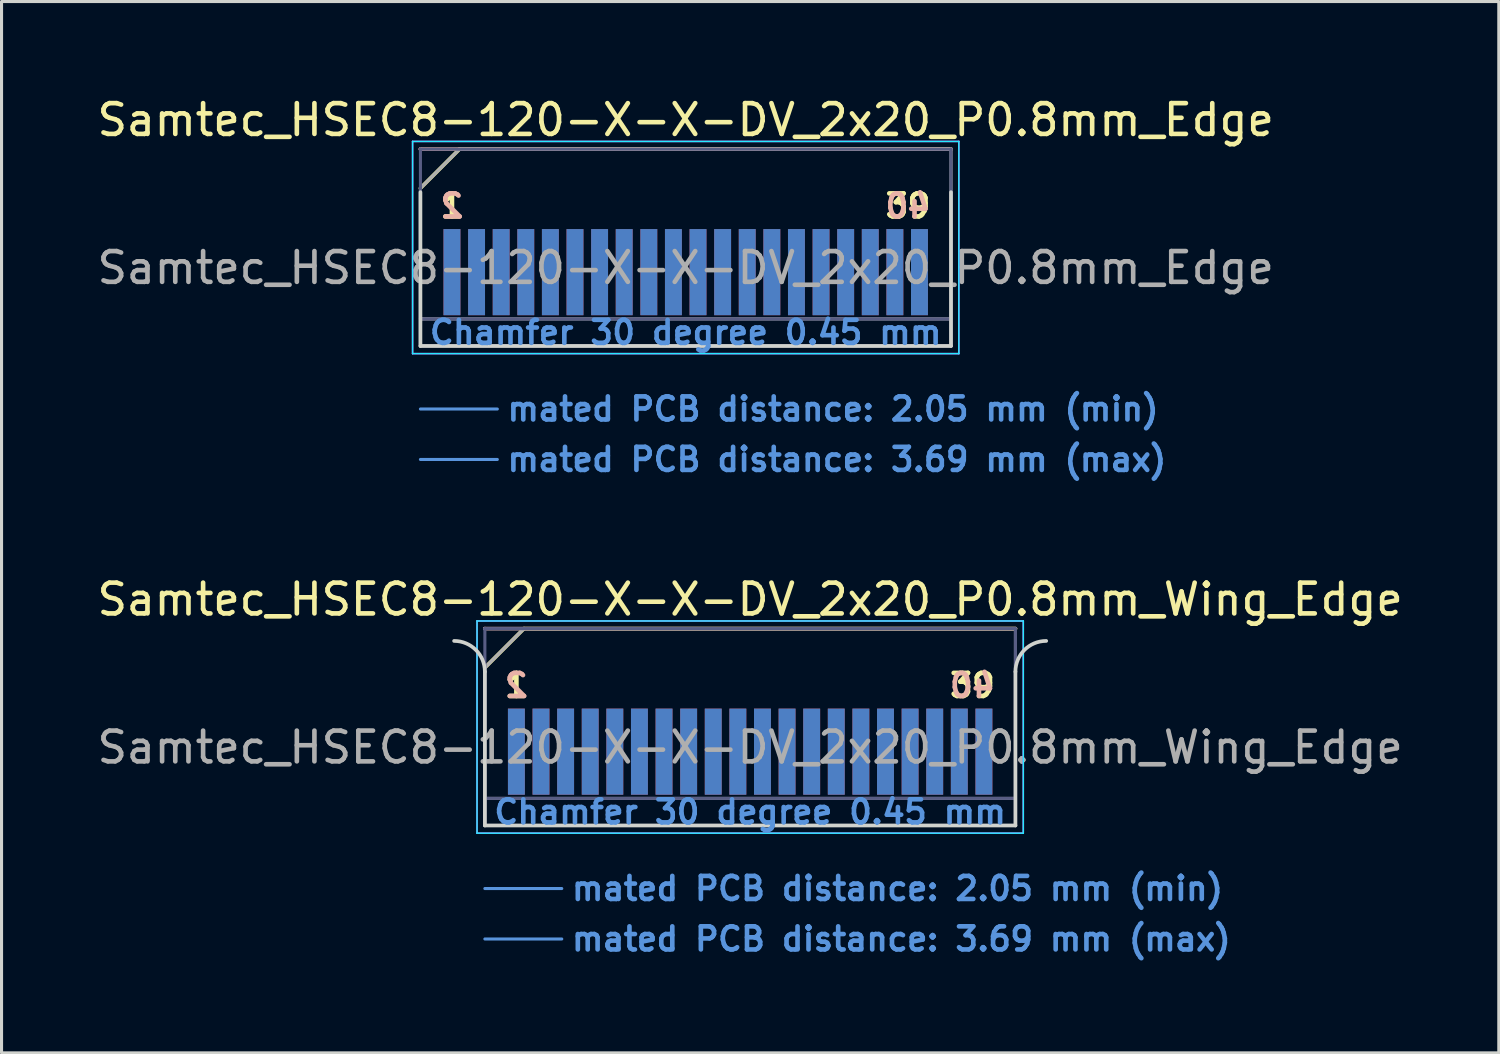
<source format=kicad_pcb>
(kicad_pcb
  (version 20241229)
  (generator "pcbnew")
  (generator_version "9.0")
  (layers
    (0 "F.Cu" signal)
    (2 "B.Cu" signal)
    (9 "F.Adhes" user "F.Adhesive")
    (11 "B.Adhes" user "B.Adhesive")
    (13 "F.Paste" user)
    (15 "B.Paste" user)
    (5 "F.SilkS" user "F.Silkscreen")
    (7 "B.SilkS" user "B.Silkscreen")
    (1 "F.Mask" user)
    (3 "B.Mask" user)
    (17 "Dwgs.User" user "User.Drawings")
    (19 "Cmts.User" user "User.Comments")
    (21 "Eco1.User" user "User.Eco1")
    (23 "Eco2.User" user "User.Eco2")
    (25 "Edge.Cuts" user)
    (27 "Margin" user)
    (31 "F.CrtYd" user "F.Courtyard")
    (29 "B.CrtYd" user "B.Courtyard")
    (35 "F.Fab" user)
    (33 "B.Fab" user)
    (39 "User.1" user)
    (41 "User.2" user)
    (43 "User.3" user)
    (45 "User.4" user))
  (footprint "Samtec_HSEC8-120-X-X-DV_2x20_P0.8mm_Wing_Edge"
    (layer "F.Cu")
    (at 21.339 23.788)
    (property "Reference" "Samtec_HSEC8-120-X-X-DV_2x20_P0.8mm_Wing_Edge" (at 0 -7.35 0) (layer "F.SilkS") (effects (font (size 1 1) (thickness 0.15))))
    (attr exclude_from_pos_files exclude_from_bom)
    (fp_line (start -8.625 -5.13) (end -7.355 -6.4) (stroke (width 0.12) (type solid)) (layer "F.SilkS"))
    (fp_line (start -7.355 -6.4) (end 8.625 -6.4) (stroke (width 0.12) (type solid)) (layer "F.SilkS"))
    (fp_line (start -8.625 -6.4) (end -8.625 -6.4) (stroke (width 0.12) (type solid)) (layer "B.SilkS"))
    (fp_line (start -8.625 -6.4) (end 8.625 -6.4) (stroke (width 0.12) (type solid)) (layer "B.SilkS"))
    (fp_line (start -8.625 2.05) (end -6.125 2.05) (stroke (width 0.1) (type solid)) (layer "Cmts.User"))
    (fp_line (start -8.625 3.69) (end -6.125 3.69) (stroke (width 0.1) (type solid)) (layer "Cmts.User"))
    (fp_line (start -8.625 -5) (end -8.625 0) (stroke (width 0.12) (type solid)) (layer "Edge.Cuts"))
    (fp_line (start -8.625 0) (end 8.625 0) (stroke (width 0.12) (type solid)) (layer "Edge.Cuts"))
    (fp_line (start 8.625 0) (end 8.625 -5) (stroke (width 0.12) (type solid)) (layer "Edge.Cuts"))
    (fp_arc (start -9.625 -6) (mid -8.917893 -5.707107) (end -8.625 -5) (stroke (width 0.12) (type solid)) (layer "Edge.Cuts"))
    (fp_arc (start 8.625 -5) (mid 8.917893 -5.707107) (end 9.625 -6) (stroke (width 0.12) (type solid)) (layer "Edge.Cuts"))
    (fp_line (start -8.88 -6.65) (end -8.88 0.25) (stroke (width 0.05) (type solid)) (layer "B.CrtYd"))
    (fp_line (start -8.88 0.25) (end 8.88 0.25) (stroke (width 0.05) (type solid)) (layer "B.CrtYd"))
    (fp_line (start 8.88 -6.65) (end -8.88 -6.65) (stroke (width 0.05) (type solid)) (layer "B.CrtYd"))
    (fp_line (start 8.88 0.25) (end 8.88 -6.65) (stroke (width 0.05) (type solid)) (layer "B.CrtYd"))
    (fp_line (start -8.88 -6.65) (end -8.88 0.25) (stroke (width 0.05) (type solid)) (layer "F.CrtYd"))
    (fp_line (start -8.88 0.25) (end 8.88 0.25) (stroke (width 0.05) (type solid)) (layer "F.CrtYd"))
    (fp_line (start 8.88 -6.65) (end -8.88 -6.65) (stroke (width 0.05) (type solid)) (layer "F.CrtYd"))
    (fp_line (start 8.88 0.25) (end 8.88 -6.65) (stroke (width 0.05) (type solid)) (layer "F.CrtYd"))
    (fp_line (start -8.625 -6.4) (end -8.625 -6.4) (stroke (width 0.1) (type solid)) (layer "B.Fab"))
    (fp_line (start -8.625 -6.4) (end -8.625 0) (stroke (width 0.1) (type solid)) (layer "B.Fab"))
    (fp_line (start -8.625 -6.4) (end 8.625 -6.4) (stroke (width 0.1) (type solid)) (layer "B.Fab"))
    (fp_line (start -8.625 -0.88) (end 8.625 -0.88) (stroke (width 0.1) (type solid)) (layer "B.Fab"))
    (fp_line (start -8.625 0) (end 8.625 0) (stroke (width 0.1) (type solid)) (layer "B.Fab"))
    (fp_line (start 8.625 -6.4) (end 8.625 0) (stroke (width 0.1) (type solid)) (layer "B.Fab"))
    (fp_line (start -8.625 -5.13) (end -8.625 0) (stroke (width 0.1) (type solid)) (layer "F.Fab"))
    (fp_line (start -8.625 -5.13) (end -7.355 -6.4) (stroke (width 0.1) (type solid)) (layer "F.Fab"))
    (fp_line (start -8.625 -0.88) (end 8.625 -0.88) (stroke (width 0.1) (type solid)) (layer "F.Fab"))
    (fp_line (start -8.625 0) (end 8.625 0) (stroke (width 0.1) (type solid)) (layer "F.Fab"))
    (fp_line (start -7.355 -6.4) (end 8.625 -6.4) (stroke (width 0.1) (type solid)) (layer "F.Fab"))
    (fp_line (start 8.625 -6.4) (end 8.625 0) (stroke (width 0.1) (type solid)) (layer "F.Fab"))
    (fp_text user "1" (at -7.6 -4.55 0) (layer "F.SilkS") (effects (font (size 0.75 0.75) (thickness 0.15))))
    (fp_text user "39" (at 7.225 -4.55 0) (layer "F.SilkS") (effects (font (size 0.75 0.75) (thickness 0.15))))
    (fp_text user "2" (at -7.6 -4.55 0) (layer "B.SilkS") (effects (font (size 0.75 0.75) (thickness 0.15)) (justify mirror)))
    (fp_text user "40" (at 7.225 -4.55 0) (layer "B.SilkS") (effects (font (size 0.75 0.75) (thickness 0.15)) (justify mirror)))
    (fp_text user "Chamfer 30 degree 0.45 mm" (at 0 -0.44 0) (layer "Cmts.User") (effects (font (size 0.75 0.75) (thickness 0.15))))
    (fp_text user "mated PCB distance: 2.05 mm (min)" (at -5.88 2.05 0) (layer "Cmts.User") (effects (font (size 0.75 0.75) (thickness 0.15)) (justify left)))
    (fp_text user "mated PCB distance: 3.69 mm (max)" (at -5.88 3.69 0) (layer "Cmts.User") (effects (font (size 0.75 0.75) (thickness 0.15)) (justify left)))
    (fp_text user "${REFERENCE}" (at 0 -2.54 0) (layer "F.Fab") (effects (font (size 1 1) (thickness 0.15))))
    (pad "1" connect rect (at -7.6 -2.4) (size 0.55 2.8) (layers "F.Cu" "F.Mask"))
    (pad "2" connect rect (at -7.6 -2.4) (size 0.55 2.8) (layers "B.Cu" "B.Mask"))
    (pad "3" connect rect (at -6.8 -2.4) (size 0.55 2.8) (layers "F.Cu" "F.Mask"))
    (pad "4" connect rect (at -6.8 -2.4) (size 0.55 2.8) (layers "B.Cu" "B.Mask"))
    (pad "5" connect rect (at -6 -2.4) (size 0.55 2.8) (layers "F.Cu" "F.Mask"))
    (pad "6" connect rect (at -6 -2.4) (size 0.55 2.8) (layers "B.Cu" "B.Mask"))
    (pad "7" connect rect (at -5.2 -2.4) (size 0.55 2.8) (layers "F.Cu" "F.Mask"))
    (pad "8" connect rect (at -5.2 -2.4) (size 0.55 2.8) (layers "B.Cu" "B.Mask"))
    (pad "9" connect rect (at -4.4 -2.4) (size 0.55 2.8) (layers "F.Cu" "F.Mask"))
    (pad "10" connect rect (at -4.4 -2.4) (size 0.55 2.8) (layers "B.Cu" "B.Mask"))
    (pad "11" connect rect (at -3.6 -2.4) (size 0.55 2.8) (layers "F.Cu" "F.Mask"))
    (pad "12" connect rect (at -3.6 -2.4) (size 0.55 2.8) (layers "B.Cu" "B.Mask"))
    (pad "13" connect rect (at -2.8 -2.4) (size 0.55 2.8) (layers "F.Cu" "F.Mask"))
    (pad "14" connect rect (at -2.8 -2.4) (size 0.55 2.8) (layers "B.Cu" "B.Mask"))
    (pad "15" connect rect (at -2 -2.4) (size 0.55 2.8) (layers "F.Cu" "F.Mask"))
    (pad "16" connect rect (at -2 -2.4) (size 0.55 2.8) (layers "B.Cu" "B.Mask"))
    (pad "17" connect rect (at -1.2 -2.4) (size 0.55 2.8) (layers "F.Cu" "F.Mask"))
    (pad "18" connect rect (at -1.2 -2.4) (size 0.55 2.8) (layers "B.Cu" "B.Mask"))
    (pad "19" connect rect (at -0.4 -2.4) (size 0.55 2.8) (layers "F.Cu" "F.Mask"))
    (pad "20" connect rect (at -0.4 -2.4) (size 0.55 2.8) (layers "B.Cu" "B.Mask"))
    (pad "21" connect rect (at 0.4 -2.4) (size 0.55 2.8) (layers "F.Cu" "F.Mask"))
    (pad "22" connect rect (at 0.4 -2.4) (size 0.55 2.8) (layers "B.Cu" "B.Mask"))
    (pad "23" connect rect (at 1.2 -2.4) (size 0.55 2.8) (layers "F.Cu" "F.Mask"))
    (pad "24" connect rect (at 1.2 -2.4) (size 0.55 2.8) (layers "B.Cu" "B.Mask"))
    (pad "25" connect rect (at 2 -2.4) (size 0.55 2.8) (layers "F.Cu" "F.Mask"))
    (pad "26" connect rect (at 2 -2.4) (size 0.55 2.8) (layers "B.Cu" "B.Mask"))
    (pad "27" connect rect (at 2.8 -2.4) (size 0.55 2.8) (layers "F.Cu" "F.Mask"))
    (pad "28" connect rect (at 2.8 -2.4) (size 0.55 2.8) (layers "B.Cu" "B.Mask"))
    (pad "29" connect rect (at 3.6 -2.4) (size 0.55 2.8) (layers "F.Cu" "F.Mask"))
    (pad "30" connect rect (at 3.6 -2.4) (size 0.55 2.8) (layers "B.Cu" "B.Mask"))
    (pad "31" connect rect (at 4.4 -2.4) (size 0.55 2.8) (layers "F.Cu" "F.Mask"))
    (pad "32" connect rect (at 4.4 -2.4) (size 0.55 2.8) (layers "B.Cu" "B.Mask"))
    (pad "33" connect rect (at 5.2 -2.4) (size 0.55 2.8) (layers "F.Cu" "F.Mask"))
    (pad "34" connect rect (at 5.2 -2.4) (size 0.55 2.8) (layers "B.Cu" "B.Mask"))
    (pad "35" connect rect (at 6 -2.4) (size 0.55 2.8) (layers "F.Cu" "F.Mask"))
    (pad "36" connect rect (at 6 -2.4) (size 0.55 2.8) (layers "B.Cu" "B.Mask"))
    (pad "37" connect rect (at 6.8 -2.4) (size 0.55 2.8) (layers "F.Cu" "F.Mask"))
    (pad "38" connect rect (at 6.8 -2.4) (size 0.55 2.8) (layers "B.Cu" "B.Mask"))
    (pad "39" connect rect (at 7.6 -2.4) (size 0.55 2.8) (layers "F.Cu" "F.Mask"))
    (pad "40" connect rect (at 7.6 -2.4) (size 0.55 2.8) (layers "B.Cu" "B.Mask")))
  (footprint "Samtec_HSEC8-120-X-X-DV_2x20_P0.8mm_Edge"
    (layer "F.Cu")
    (at 19.244 8.198)
    (property "Reference" "Samtec_HSEC8-120-X-X-DV_2x20_P0.8mm_Edge" (at 0 -7.35 0) (layer "F.SilkS") (effects (font (size 1 1) (thickness 0.15))))
    (attr exclude_from_pos_files exclude_from_bom)
    (fp_line (start -8.625 -5.13) (end -7.355 -6.4) (stroke (width 0.12) (type solid)) (layer "F.SilkS"))
    (fp_line (start -7.355 -6.4) (end 8.625 -6.4) (stroke (width 0.12) (type solid)) (layer "F.SilkS"))
    (fp_line (start -8.625 -6.4) (end -8.625 -6.4) (stroke (width 0.12) (type solid)) (layer "B.SilkS"))
    (fp_line (start -8.625 -6.4) (end 8.625 -6.4) (stroke (width 0.12) (type solid)) (layer "B.SilkS"))
    (fp_line (start -8.625 2.05) (end -6.125 2.05) (stroke (width 0.1) (type solid)) (layer "Cmts.User"))
    (fp_line (start -8.625 3.69) (end -6.125 3.69) (stroke (width 0.1) (type solid)) (layer "Cmts.User"))
    (fp_line (start -8.625 -5) (end -8.625 0) (stroke (width 0.12) (type solid)) (layer "Edge.Cuts"))
    (fp_line (start -8.625 0) (end 8.625 0) (stroke (width 0.12) (type solid)) (layer "Edge.Cuts"))
    (fp_line (start 8.625 0) (end 8.625 -5) (stroke (width 0.12) (type solid)) (layer "Edge.Cuts"))
    (fp_line (start -8.88 -6.65) (end -8.88 0.25) (stroke (width 0.05) (type solid)) (layer "B.CrtYd"))
    (fp_line (start -8.88 0.25) (end 8.88 0.25) (stroke (width 0.05) (type solid)) (layer "B.CrtYd"))
    (fp_line (start 8.88 -6.65) (end -8.88 -6.65) (stroke (width 0.05) (type solid)) (layer "B.CrtYd"))
    (fp_line (start 8.88 0.25) (end 8.88 -6.65) (stroke (width 0.05) (type solid)) (layer "B.CrtYd"))
    (fp_line (start -8.88 -6.65) (end -8.88 0.25) (stroke (width 0.05) (type solid)) (layer "F.CrtYd"))
    (fp_line (start -8.88 0.25) (end 8.88 0.25) (stroke (width 0.05) (type solid)) (layer "F.CrtYd"))
    (fp_line (start 8.88 -6.65) (end -8.88 -6.65) (stroke (width 0.05) (type solid)) (layer "F.CrtYd"))
    (fp_line (start 8.88 0.25) (end 8.88 -6.65) (stroke (width 0.05) (type solid)) (layer "F.CrtYd"))
    (fp_line (start -8.625 -6.4) (end -8.625 -6.4) (stroke (width 0.1) (type solid)) (layer "B.Fab"))
    (fp_line (start -8.625 -6.4) (end -8.625 0) (stroke (width 0.1) (type solid)) (layer "B.Fab"))
    (fp_line (start -8.625 -6.4) (end 8.625 -6.4) (stroke (width 0.1) (type solid)) (layer "B.Fab"))
    (fp_line (start -8.625 -0.88) (end 8.625 -0.88) (stroke (width 0.1) (type solid)) (layer "B.Fab"))
    (fp_line (start -8.625 0) (end 8.625 0) (stroke (width 0.1) (type solid)) (layer "B.Fab"))
    (fp_line (start 8.625 -6.4) (end 8.625 0) (stroke (width 0.1) (type solid)) (layer "B.Fab"))
    (fp_line (start -8.625 -5.13) (end -8.625 0) (stroke (width 0.1) (type solid)) (layer "F.Fab"))
    (fp_line (start -8.625 -5.13) (end -7.355 -6.4) (stroke (width 0.1) (type solid)) (layer "F.Fab"))
    (fp_line (start -8.625 -0.88) (end 8.625 -0.88) (stroke (width 0.1) (type solid)) (layer "F.Fab"))
    (fp_line (start -8.625 0) (end 8.625 0) (stroke (width 0.1) (type solid)) (layer "F.Fab"))
    (fp_line (start -7.355 -6.4) (end 8.625 -6.4) (stroke (width 0.1) (type solid)) (layer "F.Fab"))
    (fp_line (start 8.625 -6.4) (end 8.625 0) (stroke (width 0.1) (type solid)) (layer "F.Fab"))
    (fp_text user "1" (at -7.6 -4.55 0) (layer "F.SilkS") (effects (font (size 0.75 0.75) (thickness 0.15))))
    (fp_text user "39" (at 7.225 -4.55 0) (layer "F.SilkS") (effects (font (size 0.75 0.75) (thickness 0.15))))
    (fp_text user "2" (at -7.6 -4.55 0) (layer "B.SilkS") (effects (font (size 0.75 0.75) (thickness 0.15)) (justify mirror)))
    (fp_text user "40" (at 7.225 -4.55 0) (layer "B.SilkS") (effects (font (size 0.75 0.75) (thickness 0.15)) (justify mirror)))
    (fp_text user "mated PCB distance: 3.69 mm (max)" (at -5.88 3.69 0) (layer "Cmts.User") (effects (font (size 0.75 0.75) (thickness 0.15)) (justify left)))
    (fp_text user "Chamfer 30 degree 0.45 mm" (at 0 -0.44 0) (layer "Cmts.User") (effects (font (size 0.75 0.75) (thickness 0.15))))
    (fp_text user "mated PCB distance: 2.05 mm (min)" (at -5.88 2.05 0) (layer "Cmts.User") (effects (font (size 0.75 0.75) (thickness 0.15)) (justify left)))
    (fp_text user "${REFERENCE}" (at 0 -2.54 0) (layer "F.Fab") (effects (font (size 1 1) (thickness 0.15))))
    (pad "1" connect rect (at -7.6 -2.4) (size 0.55 2.8) (layers "F.Cu" "F.Mask"))
    (pad "2" connect rect (at -7.6 -2.4) (size 0.55 2.8) (layers "B.Cu" "B.Mask"))
    (pad "3" connect rect (at -6.8 -2.4) (size 0.55 2.8) (layers "F.Cu" "F.Mask"))
    (pad "4" connect rect (at -6.8 -2.4) (size 0.55 2.8) (layers "B.Cu" "B.Mask"))
    (pad "5" connect rect (at -6 -2.4) (size 0.55 2.8) (layers "F.Cu" "F.Mask"))
    (pad "6" connect rect (at -6 -2.4) (size 0.55 2.8) (layers "B.Cu" "B.Mask"))
    (pad "7" connect rect (at -5.2 -2.4) (size 0.55 2.8) (layers "F.Cu" "F.Mask"))
    (pad "8" connect rect (at -5.2 -2.4) (size 0.55 2.8) (layers "B.Cu" "B.Mask"))
    (pad "9" connect rect (at -4.4 -2.4) (size 0.55 2.8) (layers "F.Cu" "F.Mask"))
    (pad "10" connect rect (at -4.4 -2.4) (size 0.55 2.8) (layers "B.Cu" "B.Mask"))
    (pad "11" connect rect (at -3.6 -2.4) (size 0.55 2.8) (layers "F.Cu" "F.Mask"))
    (pad "12" connect rect (at -3.6 -2.4) (size 0.55 2.8) (layers "B.Cu" "B.Mask"))
    (pad "13" connect rect (at -2.8 -2.4) (size 0.55 2.8) (layers "F.Cu" "F.Mask"))
    (pad "14" connect rect (at -2.8 -2.4) (size 0.55 2.8) (layers "B.Cu" "B.Mask"))
    (pad "15" connect rect (at -2 -2.4) (size 0.55 2.8) (layers "F.Cu" "F.Mask"))
    (pad "16" connect rect (at -2 -2.4) (size 0.55 2.8) (layers "B.Cu" "B.Mask"))
    (pad "17" connect rect (at -1.2 -2.4) (size 0.55 2.8) (layers "F.Cu" "F.Mask"))
    (pad "18" connect rect (at -1.2 -2.4) (size 0.55 2.8) (layers "B.Cu" "B.Mask"))
    (pad "19" connect rect (at -0.4 -2.4) (size 0.55 2.8) (layers "F.Cu" "F.Mask"))
    (pad "20" connect rect (at -0.4 -2.4) (size 0.55 2.8) (layers "B.Cu" "B.Mask"))
    (pad "21" connect rect (at 0.4 -2.4) (size 0.55 2.8) (layers "F.Cu" "F.Mask"))
    (pad "22" connect rect (at 0.4 -2.4) (size 0.55 2.8) (layers "B.Cu" "B.Mask"))
    (pad "23" connect rect (at 1.2 -2.4) (size 0.55 2.8) (layers "F.Cu" "F.Mask"))
    (pad "24" connect rect (at 1.2 -2.4) (size 0.55 2.8) (layers "B.Cu" "B.Mask"))
    (pad "25" connect rect (at 2 -2.4) (size 0.55 2.8) (layers "F.Cu" "F.Mask"))
    (pad "26" connect rect (at 2 -2.4) (size 0.55 2.8) (layers "B.Cu" "B.Mask"))
    (pad "27" connect rect (at 2.8 -2.4) (size 0.55 2.8) (layers "F.Cu" "F.Mask"))
    (pad "28" connect rect (at 2.8 -2.4) (size 0.55 2.8) (layers "B.Cu" "B.Mask"))
    (pad "29" connect rect (at 3.6 -2.4) (size 0.55 2.8) (layers "F.Cu" "F.Mask"))
    (pad "30" connect rect (at 3.6 -2.4) (size 0.55 2.8) (layers "B.Cu" "B.Mask"))
    (pad "31" connect rect (at 4.4 -2.4) (size 0.55 2.8) (layers "F.Cu" "F.Mask"))
    (pad "32" connect rect (at 4.4 -2.4) (size 0.55 2.8) (layers "B.Cu" "B.Mask"))
    (pad "33" connect rect (at 5.2 -2.4) (size 0.55 2.8) (layers "F.Cu" "F.Mask"))
    (pad "34" connect rect (at 5.2 -2.4) (size 0.55 2.8) (layers "B.Cu" "B.Mask"))
    (pad "35" connect rect (at 6 -2.4) (size 0.55 2.8) (layers "F.Cu" "F.Mask"))
    (pad "36" connect rect (at 6 -2.4) (size 0.55 2.8) (layers "B.Cu" "B.Mask"))
    (pad "37" connect rect (at 6.8 -2.4) (size 0.55 2.8) (layers "F.Cu" "F.Mask"))
    (pad "38" connect rect (at 6.8 -2.4) (size 0.55 2.8) (layers "B.Cu" "B.Mask"))
    (pad "39" connect rect (at 7.6 -2.4) (size 0.55 2.8) (layers "F.Cu" "F.Mask"))
    (pad "40" connect rect (at 7.6 -2.4) (size 0.55 2.8) (layers "B.Cu" "B.Mask")))
  (gr_rect
    (start -3 -3)
    (end 45.679 31.18)
    (stroke (width 0.1) (type default))
    (fill no)
    (layer "Edge.Cuts")))
</source>
